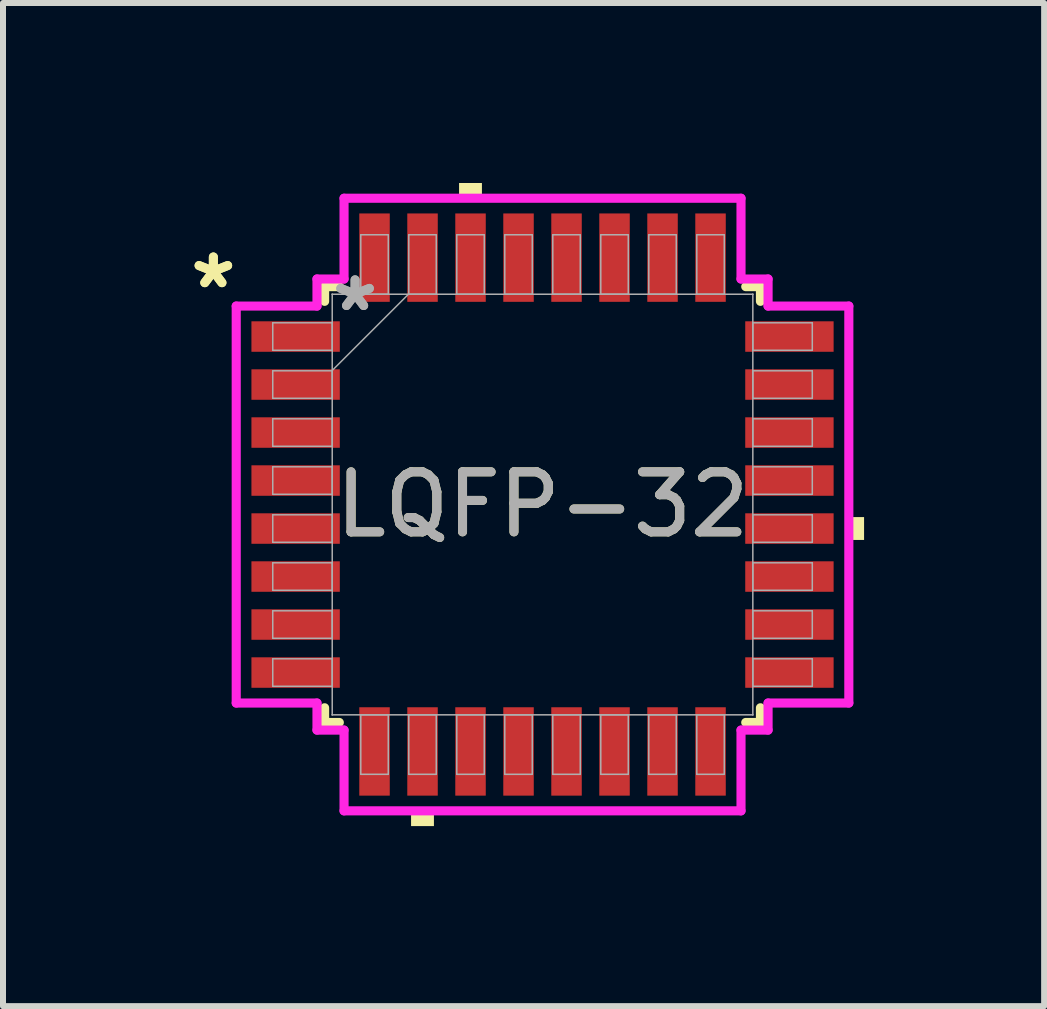
<source format=kicad_pcb>
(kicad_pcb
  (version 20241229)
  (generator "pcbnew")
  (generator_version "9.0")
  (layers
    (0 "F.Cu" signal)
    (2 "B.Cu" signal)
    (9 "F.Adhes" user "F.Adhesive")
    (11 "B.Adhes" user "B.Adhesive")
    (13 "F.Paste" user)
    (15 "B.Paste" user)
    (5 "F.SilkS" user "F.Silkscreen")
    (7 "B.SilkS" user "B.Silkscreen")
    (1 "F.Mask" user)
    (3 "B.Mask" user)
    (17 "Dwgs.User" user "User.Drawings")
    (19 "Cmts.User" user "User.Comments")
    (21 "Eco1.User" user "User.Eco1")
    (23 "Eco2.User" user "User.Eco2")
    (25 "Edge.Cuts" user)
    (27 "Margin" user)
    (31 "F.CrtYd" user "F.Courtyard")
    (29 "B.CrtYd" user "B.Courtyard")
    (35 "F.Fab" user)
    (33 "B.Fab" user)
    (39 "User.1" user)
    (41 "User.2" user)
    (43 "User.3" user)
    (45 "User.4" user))
  (footprint "LQFP-32"
    (layer "F.Cu")
    (at 5.992 5.359)
    (property "Reference" "LQFP-32" (at 0 0 0) (unlocked yes) (layer "F.SilkS") (effects (font (size 1 1) (thickness 0.15))))
    (attr smd)
    (fp_line (start -3.632 -3.632) (end -3.632 -3.387) (stroke (width 0.152) (type solid)) (layer "F.SilkS"))
    (fp_line (start -3.632 3.387) (end -3.632 3.632) (stroke (width 0.152) (type solid)) (layer "F.SilkS"))
    (fp_line (start -3.632 3.632) (end -3.387 3.632) (stroke (width 0.152) (type solid)) (layer "F.SilkS"))
    (fp_line (start -3.387 -3.632) (end -3.632 -3.632) (stroke (width 0.152) (type solid)) (layer "F.SilkS"))
    (fp_line (start 3.387 3.632) (end 3.632 3.632) (stroke (width 0.152) (type solid)) (layer "F.SilkS"))
    (fp_line (start 3.632 -3.632) (end 3.387 -3.632) (stroke (width 0.152) (type solid)) (layer "F.SilkS"))
    (fp_line (start 3.632 -3.387) (end 3.632 -3.632) (stroke (width 0.152) (type solid)) (layer "F.SilkS"))
    (fp_line (start 3.632 3.632) (end 3.632 3.387) (stroke (width 0.152) (type solid)) (layer "F.SilkS"))
    (fp_poly (pts (xy -2.191 5.105) (xy -2.191 5.359) (xy -1.81 5.359) (xy -1.81 5.105)) (stroke (width 0) (type solid)) (fill yes) (layer "F.SilkS"))
    (fp_poly (pts (xy -1.391 -5.105) (xy -1.391 -5.359) (xy -1.01 -5.359) (xy -1.01 -5.105)) (stroke (width 0) (type solid)) (fill yes) (layer "F.SilkS"))
    (fp_poly (pts (xy 5.359 0.209) (xy 5.359 0.59) (xy 5.105 0.59) (xy 5.105 0.209)) (stroke (width 0) (type solid)) (fill yes) (layer "F.SilkS"))
    (fp_line (start -5.105 -3.308) (end -3.759 -3.308) (stroke (width 0.152) (type solid)) (layer "F.CrtYd"))
    (fp_line (start -5.105 3.308) (end -5.105 -3.308) (stroke (width 0.152) (type solid)) (layer "F.CrtYd"))
    (fp_line (start -3.759 -3.759) (end -3.308 -3.759) (stroke (width 0.152) (type solid)) (layer "F.CrtYd"))
    (fp_line (start -3.759 -3.308) (end -3.759 -3.759) (stroke (width 0.152) (type solid)) (layer "F.CrtYd"))
    (fp_line (start -3.759 3.308) (end -5.105 3.308) (stroke (width 0.152) (type solid)) (layer "F.CrtYd"))
    (fp_line (start -3.759 3.759) (end -3.759 3.308) (stroke (width 0.152) (type solid)) (layer "F.CrtYd"))
    (fp_line (start -3.759 3.759) (end -3.308 3.759) (stroke (width 0.152) (type solid)) (layer "F.CrtYd"))
    (fp_line (start -3.308 -5.105) (end 3.308 -5.105) (stroke (width 0.152) (type solid)) (layer "F.CrtYd"))
    (fp_line (start -3.308 -3.759) (end -3.308 -5.105) (stroke (width 0.152) (type solid)) (layer "F.CrtYd"))
    (fp_line (start -3.308 3.759) (end -3.308 5.105) (stroke (width 0.152) (type solid)) (layer "F.CrtYd"))
    (fp_line (start -3.308 5.105) (end 3.308 5.105) (stroke (width 0.152) (type solid)) (layer "F.CrtYd"))
    (fp_line (start 3.308 -5.105) (end 3.308 -3.759) (stroke (width 0.152) (type solid)) (layer "F.CrtYd"))
    (fp_line (start 3.308 -3.759) (end 3.759 -3.759) (stroke (width 0.152) (type solid)) (layer "F.CrtYd"))
    (fp_line (start 3.308 3.759) (end 3.759 3.759) (stroke (width 0.152) (type solid)) (layer "F.CrtYd"))
    (fp_line (start 3.308 5.105) (end 3.308 3.759) (stroke (width 0.152) (type solid)) (layer "F.CrtYd"))
    (fp_line (start 3.759 -3.308) (end 3.759 -3.759) (stroke (width 0.152) (type solid)) (layer "F.CrtYd"))
    (fp_line (start 3.759 3.308) (end 5.105 3.308) (stroke (width 0.152) (type solid)) (layer "F.CrtYd"))
    (fp_line (start 3.759 3.759) (end 3.759 3.308) (stroke (width 0.152) (type solid)) (layer "F.CrtYd"))
    (fp_line (start 5.105 -3.308) (end 3.759 -3.308) (stroke (width 0.152) (type solid)) (layer "F.CrtYd"))
    (fp_line (start 5.105 3.308) (end 5.105 -3.308) (stroke (width 0.152) (type solid)) (layer "F.CrtYd"))
    (fp_line (start -4.496 -3.029) (end -4.496 -2.571) (stroke (width 0.025) (type solid)) (layer "F.Fab"))
    (fp_line (start -4.496 -2.571) (end -3.505 -2.571) (stroke (width 0.025) (type solid)) (layer "F.Fab"))
    (fp_line (start -4.496 -2.229) (end -4.496 -1.771) (stroke (width 0.025) (type solid)) (layer "F.Fab"))
    (fp_line (start -4.496 -1.771) (end -3.505 -1.771) (stroke (width 0.025) (type solid)) (layer "F.Fab"))
    (fp_line (start -4.496 -1.429) (end -4.496 -0.971) (stroke (width 0.025) (type solid)) (layer "F.Fab"))
    (fp_line (start -4.496 -0.971) (end -3.505 -0.971) (stroke (width 0.025) (type solid)) (layer "F.Fab"))
    (fp_line (start -4.496 -0.629) (end -4.496 -0.171) (stroke (width 0.025) (type solid)) (layer "F.Fab"))
    (fp_line (start -4.496 -0.171) (end -3.505 -0.171) (stroke (width 0.025) (type solid)) (layer "F.Fab"))
    (fp_line (start -4.496 0.171) (end -4.496 0.629) (stroke (width 0.025) (type solid)) (layer "F.Fab"))
    (fp_line (start -4.496 0.629) (end -3.505 0.629) (stroke (width 0.025) (type solid)) (layer "F.Fab"))
    (fp_line (start -4.496 0.971) (end -4.496 1.429) (stroke (width 0.025) (type solid)) (layer "F.Fab"))
    (fp_line (start -4.496 1.429) (end -3.505 1.429) (stroke (width 0.025) (type solid)) (layer "F.Fab"))
    (fp_line (start -4.496 1.771) (end -4.496 2.229) (stroke (width 0.025) (type solid)) (layer "F.Fab"))
    (fp_line (start -4.496 2.229) (end -3.505 2.229) (stroke (width 0.025) (type solid)) (layer "F.Fab"))
    (fp_line (start -4.496 2.571) (end -4.496 3.029) (stroke (width 0.025) (type solid)) (layer "F.Fab"))
    (fp_line (start -4.496 3.029) (end -3.505 3.029) (stroke (width 0.025) (type solid)) (layer "F.Fab"))
    (fp_line (start -3.505 -3.505) (end -3.505 -3.505) (stroke (width 0.025) (type solid)) (layer "F.Fab"))
    (fp_line (start -3.505 -3.505) (end -3.505 3.505) (stroke (width 0.025) (type solid)) (layer "F.Fab"))
    (fp_line (start -3.505 -3.029) (end -4.496 -3.029) (stroke (width 0.025) (type solid)) (layer "F.Fab"))
    (fp_line (start -3.505 -2.571) (end -3.505 -3.029) (stroke (width 0.025) (type solid)) (layer "F.Fab"))
    (fp_line (start -3.505 -2.235) (end -2.235 -3.505) (stroke (width 0.025) (type solid)) (layer "F.Fab"))
    (fp_line (start -3.505 -2.229) (end -4.496 -2.229) (stroke (width 0.025) (type solid)) (layer "F.Fab"))
    (fp_line (start -3.505 -1.771) (end -3.505 -2.229) (stroke (width 0.025) (type solid)) (layer "F.Fab"))
    (fp_line (start -3.505 -1.429) (end -4.496 -1.429) (stroke (width 0.025) (type solid)) (layer "F.Fab"))
    (fp_line (start -3.505 -0.971) (end -3.505 -1.429) (stroke (width 0.025) (type solid)) (layer "F.Fab"))
    (fp_line (start -3.505 -0.629) (end -4.496 -0.629) (stroke (width 0.025) (type solid)) (layer "F.Fab"))
    (fp_line (start -3.505 -0.171) (end -3.505 -0.629) (stroke (width 0.025) (type solid)) (layer "F.Fab"))
    (fp_line (start -3.505 0.171) (end -4.496 0.171) (stroke (width 0.025) (type solid)) (layer "F.Fab"))
    (fp_line (start -3.505 0.629) (end -3.505 0.171) (stroke (width 0.025) (type solid)) (layer "F.Fab"))
    (fp_line (start -3.505 0.971) (end -4.496 0.971) (stroke (width 0.025) (type solid)) (layer "F.Fab"))
    (fp_line (start -3.505 1.429) (end -3.505 0.971) (stroke (width 0.025) (type solid)) (layer "F.Fab"))
    (fp_line (start -3.505 1.771) (end -4.496 1.771) (stroke (width 0.025) (type solid)) (layer "F.Fab"))
    (fp_line (start -3.505 2.229) (end -3.505 1.771) (stroke (width 0.025) (type solid)) (layer "F.Fab"))
    (fp_line (start -3.505 2.571) (end -4.496 2.571) (stroke (width 0.025) (type solid)) (layer "F.Fab"))
    (fp_line (start -3.505 3.029) (end -3.505 2.571) (stroke (width 0.025) (type solid)) (layer "F.Fab"))
    (fp_line (start -3.505 3.505) (end -3.505 3.505) (stroke (width 0.025) (type solid)) (layer "F.Fab"))
    (fp_line (start -3.505 3.505) (end 3.505 3.505) (stroke (width 0.025) (type solid)) (layer "F.Fab"))
    (fp_line (start -3.029 -4.496) (end -3.029 -3.505) (stroke (width 0.025) (type solid)) (layer "F.Fab"))
    (fp_line (start -3.029 -3.505) (end -2.571 -3.505) (stroke (width 0.025) (type solid)) (layer "F.Fab"))
    (fp_line (start -3.029 3.505) (end -3.029 4.496) (stroke (width 0.025) (type solid)) (layer "F.Fab"))
    (fp_line (start -3.029 4.496) (end -2.571 4.496) (stroke (width 0.025) (type solid)) (layer "F.Fab"))
    (fp_line (start -2.571 -4.496) (end -3.029 -4.496) (stroke (width 0.025) (type solid)) (layer "F.Fab"))
    (fp_line (start -2.571 -3.505) (end -2.571 -4.496) (stroke (width 0.025) (type solid)) (layer "F.Fab"))
    (fp_line (start -2.571 3.505) (end -3.029 3.505) (stroke (width 0.025) (type solid)) (layer "F.Fab"))
    (fp_line (start -2.571 4.496) (end -2.571 3.505) (stroke (width 0.025) (type solid)) (layer "F.Fab"))
    (fp_line (start -2.229 -4.496) (end -2.229 -3.505) (stroke (width 0.025) (type solid)) (layer "F.Fab"))
    (fp_line (start -2.229 -3.505) (end -1.771 -3.505) (stroke (width 0.025) (type solid)) (layer "F.Fab"))
    (fp_line (start -2.229 3.505) (end -2.229 4.496) (stroke (width 0.025) (type solid)) (layer "F.Fab"))
    (fp_line (start -2.229 4.496) (end -1.771 4.496) (stroke (width 0.025) (type solid)) (layer "F.Fab"))
    (fp_line (start -1.771 -4.496) (end -2.229 -4.496) (stroke (width 0.025) (type solid)) (layer "F.Fab"))
    (fp_line (start -1.771 -3.505) (end -1.771 -4.496) (stroke (width 0.025) (type solid)) (layer "F.Fab"))
    (fp_line (start -1.771 3.505) (end -2.229 3.505) (stroke (width 0.025) (type solid)) (layer "F.Fab"))
    (fp_line (start -1.771 4.496) (end -1.771 3.505) (stroke (width 0.025) (type solid)) (layer "F.Fab"))
    (fp_line (start -1.429 -4.496) (end -1.429 -3.505) (stroke (width 0.025) (type solid)) (layer "F.Fab"))
    (fp_line (start -1.429 -3.505) (end -0.971 -3.505) (stroke (width 0.025) (type solid)) (layer "F.Fab"))
    (fp_line (start -1.429 3.505) (end -1.429 4.496) (stroke (width 0.025) (type solid)) (layer "F.Fab"))
    (fp_line (start -1.429 4.496) (end -0.971 4.496) (stroke (width 0.025) (type solid)) (layer "F.Fab"))
    (fp_line (start -0.971 -4.496) (end -1.429 -4.496) (stroke (width 0.025) (type solid)) (layer "F.Fab"))
    (fp_line (start -0.971 -3.505) (end -0.971 -4.496) (stroke (width 0.025) (type solid)) (layer "F.Fab"))
    (fp_line (start -0.971 3.505) (end -1.429 3.505) (stroke (width 0.025) (type solid)) (layer "F.Fab"))
    (fp_line (start -0.971 4.496) (end -0.971 3.505) (stroke (width 0.025) (type solid)) (layer "F.Fab"))
    (fp_line (start -0.629 -4.496) (end -0.629 -3.505) (stroke (width 0.025) (type solid)) (layer "F.Fab"))
    (fp_line (start -0.629 -3.505) (end -0.171 -3.505) (stroke (width 0.025) (type solid)) (layer "F.Fab"))
    (fp_line (start -0.629 3.505) (end -0.629 4.496) (stroke (width 0.025) (type solid)) (layer "F.Fab"))
    (fp_line (start -0.629 4.496) (end -0.171 4.496) (stroke (width 0.025) (type solid)) (layer "F.Fab"))
    (fp_line (start -0.171 -4.496) (end -0.629 -4.496) (stroke (width 0.025) (type solid)) (layer "F.Fab"))
    (fp_line (start -0.171 -3.505) (end -0.171 -4.496) (stroke (width 0.025) (type solid)) (layer "F.Fab"))
    (fp_line (start -0.171 3.505) (end -0.629 3.505) (stroke (width 0.025) (type solid)) (layer "F.Fab"))
    (fp_line (start -0.171 4.496) (end -0.171 3.505) (stroke (width 0.025) (type solid)) (layer "F.Fab"))
    (fp_line (start 0.171 -4.496) (end 0.171 -3.505) (stroke (width 0.025) (type solid)) (layer "F.Fab"))
    (fp_line (start 0.171 -3.505) (end 0.629 -3.505) (stroke (width 0.025) (type solid)) (layer "F.Fab"))
    (fp_line (start 0.171 3.505) (end 0.171 4.496) (stroke (width 0.025) (type solid)) (layer "F.Fab"))
    (fp_line (start 0.171 4.496) (end 0.629 4.496) (stroke (width 0.025) (type solid)) (layer "F.Fab"))
    (fp_line (start 0.629 -4.496) (end 0.171 -4.496) (stroke (width 0.025) (type solid)) (layer "F.Fab"))
    (fp_line (start 0.629 -3.505) (end 0.629 -4.496) (stroke (width 0.025) (type solid)) (layer "F.Fab"))
    (fp_line (start 0.629 3.505) (end 0.171 3.505) (stroke (width 0.025) (type solid)) (layer "F.Fab"))
    (fp_line (start 0.629 4.496) (end 0.629 3.505) (stroke (width 0.025) (type solid)) (layer "F.Fab"))
    (fp_line (start 0.971 -4.496) (end 0.971 -3.505) (stroke (width 0.025) (type solid)) (layer "F.Fab"))
    (fp_line (start 0.971 -3.505) (end 1.429 -3.505) (stroke (width 0.025) (type solid)) (layer "F.Fab"))
    (fp_line (start 0.971 3.505) (end 0.971 4.496) (stroke (width 0.025) (type solid)) (layer "F.Fab"))
    (fp_line (start 0.971 4.496) (end 1.429 4.496) (stroke (width 0.025) (type solid)) (layer "F.Fab"))
    (fp_line (start 1.429 -4.496) (end 0.971 -4.496) (stroke (width 0.025) (type solid)) (layer "F.Fab"))
    (fp_line (start 1.429 -3.505) (end 1.429 -4.496) (stroke (width 0.025) (type solid)) (layer "F.Fab"))
    (fp_line (start 1.429 3.505) (end 0.971 3.505) (stroke (width 0.025) (type solid)) (layer "F.Fab"))
    (fp_line (start 1.429 4.496) (end 1.429 3.505) (stroke (width 0.025) (type solid)) (layer "F.Fab"))
    (fp_line (start 1.771 -4.496) (end 1.771 -3.505) (stroke (width 0.025) (type solid)) (layer "F.Fab"))
    (fp_line (start 1.771 -3.505) (end 2.229 -3.505) (stroke (width 0.025) (type solid)) (layer "F.Fab"))
    (fp_line (start 1.771 3.505) (end 1.771 4.496) (stroke (width 0.025) (type solid)) (layer "F.Fab"))
    (fp_line (start 1.771 4.496) (end 2.229 4.496) (stroke (width 0.025) (type solid)) (layer "F.Fab"))
    (fp_line (start 2.229 -4.496) (end 1.771 -4.496) (stroke (width 0.025) (type solid)) (layer "F.Fab"))
    (fp_line (start 2.229 -3.505) (end 2.229 -4.496) (stroke (width 0.025) (type solid)) (layer "F.Fab"))
    (fp_line (start 2.229 3.505) (end 1.771 3.505) (stroke (width 0.025) (type solid)) (layer "F.Fab"))
    (fp_line (start 2.229 4.496) (end 2.229 3.505) (stroke (width 0.025) (type solid)) (layer "F.Fab"))
    (fp_line (start 2.571 -4.496) (end 2.571 -3.505) (stroke (width 0.025) (type solid)) (layer "F.Fab"))
    (fp_line (start 2.571 -3.505) (end 3.029 -3.505) (stroke (width 0.025) (type solid)) (layer "F.Fab"))
    (fp_line (start 2.571 3.505) (end 2.571 4.496) (stroke (width 0.025) (type solid)) (layer "F.Fab"))
    (fp_line (start 2.571 4.496) (end 3.029 4.496) (stroke (width 0.025) (type solid)) (layer "F.Fab"))
    (fp_line (start 3.029 -4.496) (end 2.571 -4.496) (stroke (width 0.025) (type solid)) (layer "F.Fab"))
    (fp_line (start 3.029 -3.505) (end 3.029 -4.496) (stroke (width 0.025) (type solid)) (layer "F.Fab"))
    (fp_line (start 3.029 3.505) (end 2.571 3.505) (stroke (width 0.025) (type solid)) (layer "F.Fab"))
    (fp_line (start 3.029 4.496) (end 3.029 3.505) (stroke (width 0.025) (type solid)) (layer "F.Fab"))
    (fp_line (start 3.505 -3.505) (end -3.505 -3.505) (stroke (width 0.025) (type solid)) (layer "F.Fab"))
    (fp_line (start 3.505 -3.505) (end 3.505 -3.505) (stroke (width 0.025) (type solid)) (layer "F.Fab"))
    (fp_line (start 3.505 -3.029) (end 3.505 -2.571) (stroke (width 0.025) (type solid)) (layer "F.Fab"))
    (fp_line (start 3.505 -2.571) (end 4.496 -2.571) (stroke (width 0.025) (type solid)) (layer "F.Fab"))
    (fp_line (start 3.505 -2.229) (end 3.505 -1.771) (stroke (width 0.025) (type solid)) (layer "F.Fab"))
    (fp_line (start 3.505 -1.771) (end 4.496 -1.771) (stroke (width 0.025) (type solid)) (layer "F.Fab"))
    (fp_line (start 3.505 -1.429) (end 3.505 -0.971) (stroke (width 0.025) (type solid)) (layer "F.Fab"))
    (fp_line (start 3.505 -0.971) (end 4.496 -0.971) (stroke (width 0.025) (type solid)) (layer "F.Fab"))
    (fp_line (start 3.505 -0.629) (end 3.505 -0.171) (stroke (width 0.025) (type solid)) (layer "F.Fab"))
    (fp_line (start 3.505 -0.171) (end 4.496 -0.171) (stroke (width 0.025) (type solid)) (layer "F.Fab"))
    (fp_line (start 3.505 0.171) (end 3.505 0.629) (stroke (width 0.025) (type solid)) (layer "F.Fab"))
    (fp_line (start 3.505 0.629) (end 4.496 0.629) (stroke (width 0.025) (type solid)) (layer "F.Fab"))
    (fp_line (start 3.505 0.971) (end 3.505 1.429) (stroke (width 0.025) (type solid)) (layer "F.Fab"))
    (fp_line (start 3.505 1.429) (end 4.496 1.429) (stroke (width 0.025) (type solid)) (layer "F.Fab"))
    (fp_line (start 3.505 1.771) (end 3.505 2.229) (stroke (width 0.025) (type solid)) (layer "F.Fab"))
    (fp_line (start 3.505 2.229) (end 4.496 2.229) (stroke (width 0.025) (type solid)) (layer "F.Fab"))
    (fp_line (start 3.505 2.571) (end 3.505 3.029) (stroke (width 0.025) (type solid)) (layer "F.Fab"))
    (fp_line (start 3.505 3.029) (end 4.496 3.029) (stroke (width 0.025) (type solid)) (layer "F.Fab"))
    (fp_line (start 3.505 3.505) (end 3.505 -3.505) (stroke (width 0.025) (type solid)) (layer "F.Fab"))
    (fp_line (start 3.505 3.505) (end 3.505 3.505) (stroke (width 0.025) (type solid)) (layer "F.Fab"))
    (fp_line (start 4.496 -3.029) (end 3.505 -3.029) (stroke (width 0.025) (type solid)) (layer "F.Fab"))
    (fp_line (start 4.496 -2.571) (end 4.496 -3.029) (stroke (width 0.025) (type solid)) (layer "F.Fab"))
    (fp_line (start 4.496 -2.229) (end 3.505 -2.229) (stroke (width 0.025) (type solid)) (layer "F.Fab"))
    (fp_line (start 4.496 -1.771) (end 4.496 -2.229) (stroke (width 0.025) (type solid)) (layer "F.Fab"))
    (fp_line (start 4.496 -1.429) (end 3.505 -1.429) (stroke (width 0.025) (type solid)) (layer "F.Fab"))
    (fp_line (start 4.496 -0.971) (end 4.496 -1.429) (stroke (width 0.025) (type solid)) (layer "F.Fab"))
    (fp_line (start 4.496 -0.629) (end 3.505 -0.629) (stroke (width 0.025) (type solid)) (layer "F.Fab"))
    (fp_line (start 4.496 -0.171) (end 4.496 -0.629) (stroke (width 0.025) (type solid)) (layer "F.Fab"))
    (fp_line (start 4.496 0.171) (end 3.505 0.171) (stroke (width 0.025) (type solid)) (layer "F.Fab"))
    (fp_line (start 4.496 0.629) (end 4.496 0.171) (stroke (width 0.025) (type solid)) (layer "F.Fab"))
    (fp_line (start 4.496 0.971) (end 3.505 0.971) (stroke (width 0.025) (type solid)) (layer "F.Fab"))
    (fp_line (start 4.496 1.429) (end 4.496 0.971) (stroke (width 0.025) (type solid)) (layer "F.Fab"))
    (fp_line (start 4.496 1.771) (end 3.505 1.771) (stroke (width 0.025) (type solid)) (layer "F.Fab"))
    (fp_line (start 4.496 2.229) (end 4.496 1.771) (stroke (width 0.025) (type solid)) (layer "F.Fab"))
    (fp_line (start 4.496 2.571) (end 3.505 2.571) (stroke (width 0.025) (type solid)) (layer "F.Fab"))
    (fp_line (start 4.496 3.029) (end 4.496 2.571) (stroke (width 0.025) (type solid)) (layer "F.Fab"))
    (fp_text user "*" (at -5.486 -3.581 0) (unlocked yes) (layer "F.SilkS") (effects (font (size 1 1) (thickness 0.15))))
    (fp_text user "*" (at -5.486 -3.581 0) (layer "F.SilkS") (effects (font (size 1 1) (thickness 0.15))))
    (fp_text user "*" (at -3.124 -3.2 0) (layer "F.Fab") (effects (font (size 1 1) (thickness 0.15))))
    (fp_text user "*" (at -3.124 -3.2 0) (unlocked yes) (layer "F.Fab") (effects (font (size 1 1) (thickness 0.15))))
    (fp_text user "${REFERENCE}" (at 0 0 0) (unlocked yes) (layer "F.Fab") (effects (font (size 1 1) (thickness 0.15))))
    (pad "1" smd rect (at -4.115 -2.8 90) (size 0.508 1.473) (layers "F.Cu" "F.Mask" "F.Paste"))
    (pad "2" smd rect (at -4.115 -2 90) (size 0.508 1.473) (layers "F.Cu" "F.Mask" "F.Paste"))
    (pad "3" smd rect (at -4.115 -1.2 90) (size 0.508 1.473) (layers "F.Cu" "F.Mask" "F.Paste"))
    (pad "4" smd rect (at -4.115 -0.4 90) (size 0.508 1.473) (layers "F.Cu" "F.Mask" "F.Paste"))
    (pad "5" smd rect (at -4.115 0.4 90) (size 0.508 1.473) (layers "F.Cu" "F.Mask" "F.Paste"))
    (pad "6" smd rect (at -4.115 1.2 90) (size 0.508 1.473) (layers "F.Cu" "F.Mask" "F.Paste"))
    (pad "7" smd rect (at -4.115 2 90) (size 0.508 1.473) (layers "F.Cu" "F.Mask" "F.Paste"))
    (pad "8" smd rect (at -4.115 2.8 90) (size 0.508 1.473) (layers "F.Cu" "F.Mask" "F.Paste"))
    (pad "9" smd rect (at -2.8 4.115) (size 0.508 1.473) (layers "F.Cu" "F.Mask" "F.Paste"))
    (pad "10" smd rect (at -2 4.115) (size 0.508 1.473) (layers "F.Cu" "F.Mask" "F.Paste"))
    (pad "11" smd rect (at -1.2 4.115) (size 0.508 1.473) (layers "F.Cu" "F.Mask" "F.Paste"))
    (pad "12" smd rect (at -0.4 4.115) (size 0.508 1.473) (layers "F.Cu" "F.Mask" "F.Paste"))
    (pad "13" smd rect (at 0.4 4.115) (size 0.508 1.473) (layers "F.Cu" "F.Mask" "F.Paste"))
    (pad "14" smd rect (at 1.2 4.115) (size 0.508 1.473) (layers "F.Cu" "F.Mask" "F.Paste"))
    (pad "15" smd rect (at 2 4.115) (size 0.508 1.473) (layers "F.Cu" "F.Mask" "F.Paste"))
    (pad "16" smd rect (at 2.8 4.115) (size 0.508 1.473) (layers "F.Cu" "F.Mask" "F.Paste"))
    (pad "17" smd rect (at 4.115 2.8 90) (size 0.508 1.473) (layers "F.Cu" "F.Mask" "F.Paste"))
    (pad "18" smd rect (at 4.115 2 90) (size 0.508 1.473) (layers "F.Cu" "F.Mask" "F.Paste"))
    (pad "19" smd rect (at 4.115 1.2 90) (size 0.508 1.473) (layers "F.Cu" "F.Mask" "F.Paste"))
    (pad "20" smd rect (at 4.115 0.4 90) (size 0.508 1.473) (layers "F.Cu" "F.Mask" "F.Paste"))
    (pad "21" smd rect (at 4.115 -0.4 90) (size 0.508 1.473) (layers "F.Cu" "F.Mask" "F.Paste"))
    (pad "22" smd rect (at 4.115 -1.2 90) (size 0.508 1.473) (layers "F.Cu" "F.Mask" "F.Paste"))
    (pad "23" smd rect (at 4.115 -2 90) (size 0.508 1.473) (layers "F.Cu" "F.Mask" "F.Paste"))
    (pad "24" smd rect (at 4.115 -2.8 90) (size 0.508 1.473) (layers "F.Cu" "F.Mask" "F.Paste"))
    (pad "25" smd rect (at 2.8 -4.115) (size 0.508 1.473) (layers "F.Cu" "F.Mask" "F.Paste"))
    (pad "26" smd rect (at 2 -4.115) (size 0.508 1.473) (layers "F.Cu" "F.Mask" "F.Paste"))
    (pad "27" smd rect (at 1.2 -4.115) (size 0.508 1.473) (layers "F.Cu" "F.Mask" "F.Paste"))
    (pad "28" smd rect (at 0.4 -4.115) (size 0.508 1.473) (layers "F.Cu" "F.Mask" "F.Paste"))
    (pad "29" smd rect (at -0.4 -4.115) (size 0.508 1.473) (layers "F.Cu" "F.Mask" "F.Paste"))
    (pad "30" smd rect (at -1.2 -4.115) (size 0.508 1.473) (layers "F.Cu" "F.Mask" "F.Paste"))
    (pad "31" smd rect (at -2 -4.115) (size 0.508 1.473) (layers "F.Cu" "F.Mask" "F.Paste"))
    (pad "32" smd rect (at -2.8 -4.115) (size 0.508 1.473) (layers "F.Cu" "F.Mask" "F.Paste")))
  (gr_rect
    (start -3 -3)
    (end 14.352 13.719)
    (stroke (width 0.1) (type default))
    (fill no)
    (layer "Edge.Cuts")))
</source>
